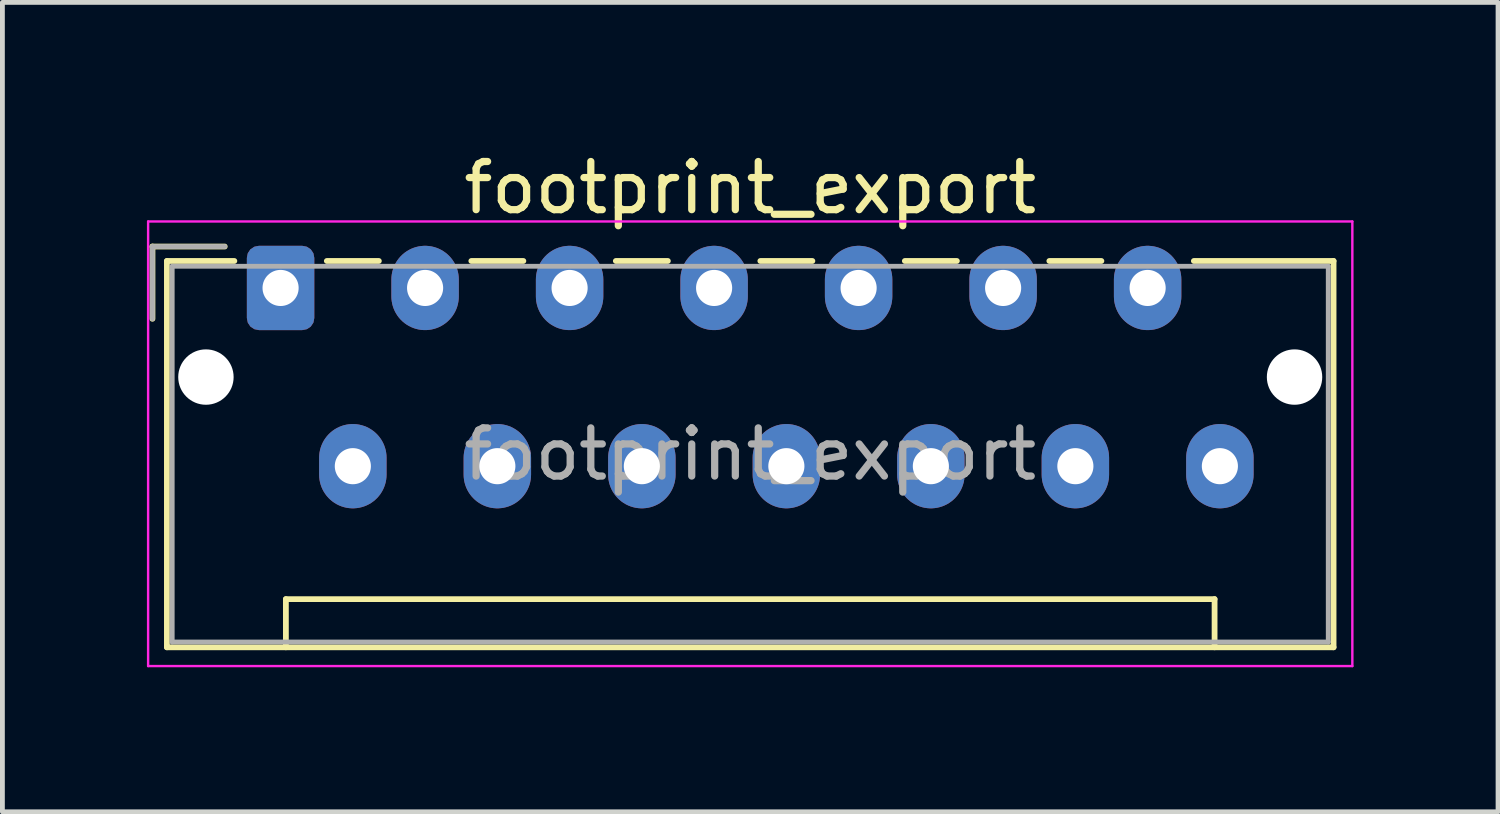
<source format=kicad_pcb>
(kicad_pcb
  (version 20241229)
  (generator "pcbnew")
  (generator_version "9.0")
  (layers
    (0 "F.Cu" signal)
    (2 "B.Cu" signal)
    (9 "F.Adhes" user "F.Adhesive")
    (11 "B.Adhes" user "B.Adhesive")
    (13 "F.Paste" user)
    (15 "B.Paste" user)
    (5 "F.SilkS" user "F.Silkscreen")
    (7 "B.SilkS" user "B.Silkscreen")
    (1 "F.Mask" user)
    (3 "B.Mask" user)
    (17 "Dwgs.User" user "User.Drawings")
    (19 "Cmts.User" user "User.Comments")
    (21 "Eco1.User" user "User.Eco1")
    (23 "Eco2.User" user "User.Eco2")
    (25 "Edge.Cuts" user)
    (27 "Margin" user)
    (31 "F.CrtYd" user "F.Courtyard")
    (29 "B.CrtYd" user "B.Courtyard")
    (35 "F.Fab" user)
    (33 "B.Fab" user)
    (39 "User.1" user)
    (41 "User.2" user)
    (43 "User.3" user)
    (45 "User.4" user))
  (footprint "footprint_export"
    (layer "F.Cu")
    (at 2.775 2.928)
    (property "Reference" "footprint_export" (at 9.75 -2.08 0) (layer "F.SilkS") (effects (font (size 1 1) (thickness 0.15))))
    (attr through_hole)
    (fp_line (start -2.66 -0.86) (end -1.16 -0.86) (stroke (width 0.12) (type solid)) (layer "F.SilkS"))
    (fp_line (start -2.66 0.64) (end -2.66 -0.86) (stroke (width 0.12) (type solid)) (layer "F.SilkS"))
    (fp_line (start -2.36 -0.56) (end -2.36 7.46) (stroke (width 0.12) (type solid)) (layer "F.SilkS"))
    (fp_line (start -2.36 7.46) (end 21.86 7.46) (stroke (width 0.12) (type solid)) (layer "F.SilkS"))
    (fp_line (start -0.96 -0.56) (end -2.36 -0.56) (stroke (width 0.12) (type solid)) (layer "F.SilkS"))
    (fp_line (start 0.11 6.46) (end 19.39 6.46) (stroke (width 0.12) (type solid)) (layer "F.SilkS"))
    (fp_line (start 0.11 7.46) (end 0.11 6.46) (stroke (width 0.12) (type solid)) (layer "F.SilkS"))
    (fp_line (start 0.96 -0.56) (end 2.04 -0.56) (stroke (width 0.12) (type solid)) (layer "F.SilkS"))
    (fp_line (start 3.96 -0.56) (end 5.04 -0.56) (stroke (width 0.12) (type solid)) (layer "F.SilkS"))
    (fp_line (start 6.96 -0.56) (end 8.04 -0.56) (stroke (width 0.12) (type solid)) (layer "F.SilkS"))
    (fp_line (start 9.96 -0.56) (end 11.04 -0.56) (stroke (width 0.12) (type solid)) (layer "F.SilkS"))
    (fp_line (start 12.96 -0.56) (end 14.04 -0.56) (stroke (width 0.12) (type solid)) (layer "F.SilkS"))
    (fp_line (start 15.96 -0.56) (end 17.04 -0.56) (stroke (width 0.12) (type solid)) (layer "F.SilkS"))
    (fp_line (start 19.39 6.46) (end 19.39 7.46) (stroke (width 0.12) (type solid)) (layer "F.SilkS"))
    (fp_line (start 21.86 -0.56) (end 18.96 -0.56) (stroke (width 0.12) (type solid)) (layer "F.SilkS"))
    (fp_line (start 21.86 7.46) (end 21.86 -0.56) (stroke (width 0.12) (type solid)) (layer "F.SilkS"))
    (fp_line (start -2.75 -1.38) (end -2.75 7.85) (stroke (width 0.05) (type solid)) (layer "F.CrtYd"))
    (fp_line (start -2.75 7.85) (end 22.25 7.85) (stroke (width 0.05) (type solid)) (layer "F.CrtYd"))
    (fp_line (start 22.25 -1.38) (end -2.75 -1.38) (stroke (width 0.05) (type solid)) (layer "F.CrtYd"))
    (fp_line (start 22.25 7.85) (end 22.25 -1.38) (stroke (width 0.05) (type solid)) (layer "F.CrtYd"))
    (fp_line (start -2.66 -0.86) (end -1.16 -0.86) (stroke (width 0.1) (type solid)) (layer "F.Fab"))
    (fp_line (start -2.66 0.64) (end -2.66 -0.86) (stroke (width 0.1) (type solid)) (layer "F.Fab"))
    (fp_line (start -2.25 -0.45) (end -2.25 7.35) (stroke (width 0.1) (type solid)) (layer "F.Fab"))
    (fp_line (start -2.25 7.35) (end 21.75 7.35) (stroke (width 0.1) (type solid)) (layer "F.Fab"))
    (fp_line (start 21.75 -0.45) (end -2.25 -0.45) (stroke (width 0.1) (type solid)) (layer "F.Fab"))
    (fp_line (start 21.75 7.35) (end 21.75 -0.45) (stroke (width 0.1) (type solid)) (layer "F.Fab"))
    (fp_text user "${REFERENCE}" (at 9.75 3.45 0) (layer "F.Fab") (effects (font (size 1 1) (thickness 0.15))))
    (pad "" np_thru_hole circle (at -1.55 1.85) (size 1.15 1.15) (drill 1.15) (layers "*.Cu" "*.Mask"))
    (pad "" np_thru_hole circle (at 21.05 1.85) (size 1.15 1.15) (drill 1.15) (layers "*.Cu" "*.Mask"))
    (pad "1" thru_hole roundrect (at 0 0) (size 1.4 1.75) (drill 0.75) (layers "*.Cu" "*.Mask") (roundrect_rratio 0.179))
    (pad "2" thru_hole oval (at 1.5 3.7) (size 1.4 1.75) (drill 0.75) (layers "*.Cu" "*.Mask"))
    (pad "3" thru_hole oval (at 3 0) (size 1.4 1.75) (drill 0.75) (layers "*.Cu" "*.Mask"))
    (pad "4" thru_hole oval (at 4.5 3.7) (size 1.4 1.75) (drill 0.75) (layers "*.Cu" "*.Mask"))
    (pad "5" thru_hole oval (at 6 0) (size 1.4 1.75) (drill 0.75) (layers "*.Cu" "*.Mask"))
    (pad "6" thru_hole oval (at 7.5 3.7) (size 1.4 1.75) (drill 0.75) (layers "*.Cu" "*.Mask"))
    (pad "7" thru_hole oval (at 9 0) (size 1.4 1.75) (drill 0.75) (layers "*.Cu" "*.Mask"))
    (pad "8" thru_hole oval (at 10.5 3.7) (size 1.4 1.75) (drill 0.75) (layers "*.Cu" "*.Mask"))
    (pad "9" thru_hole oval (at 12 0) (size 1.4 1.75) (drill 0.75) (layers "*.Cu" "*.Mask"))
    (pad "10" thru_hole oval (at 13.5 3.7) (size 1.4 1.75) (drill 0.75) (layers "*.Cu" "*.Mask"))
    (pad "11" thru_hole oval (at 15 0) (size 1.4 1.75) (drill 0.75) (layers "*.Cu" "*.Mask"))
    (pad "12" thru_hole oval (at 16.5 3.7) (size 1.4 1.75) (drill 0.75) (layers "*.Cu" "*.Mask"))
    (pad "13" thru_hole oval (at 18 0) (size 1.4 1.75) (drill 0.75) (layers "*.Cu" "*.Mask"))
    (pad "14" thru_hole oval (at 19.5 3.7) (size 1.4 1.75) (drill 0.75) (layers "*.Cu" "*.Mask")))
  (gr_rect
    (start -3 -3)
    (end 28.05 13.803)
    (stroke (width 0.1) (type default))
    (fill no)
    (layer "Edge.Cuts")))
</source>
